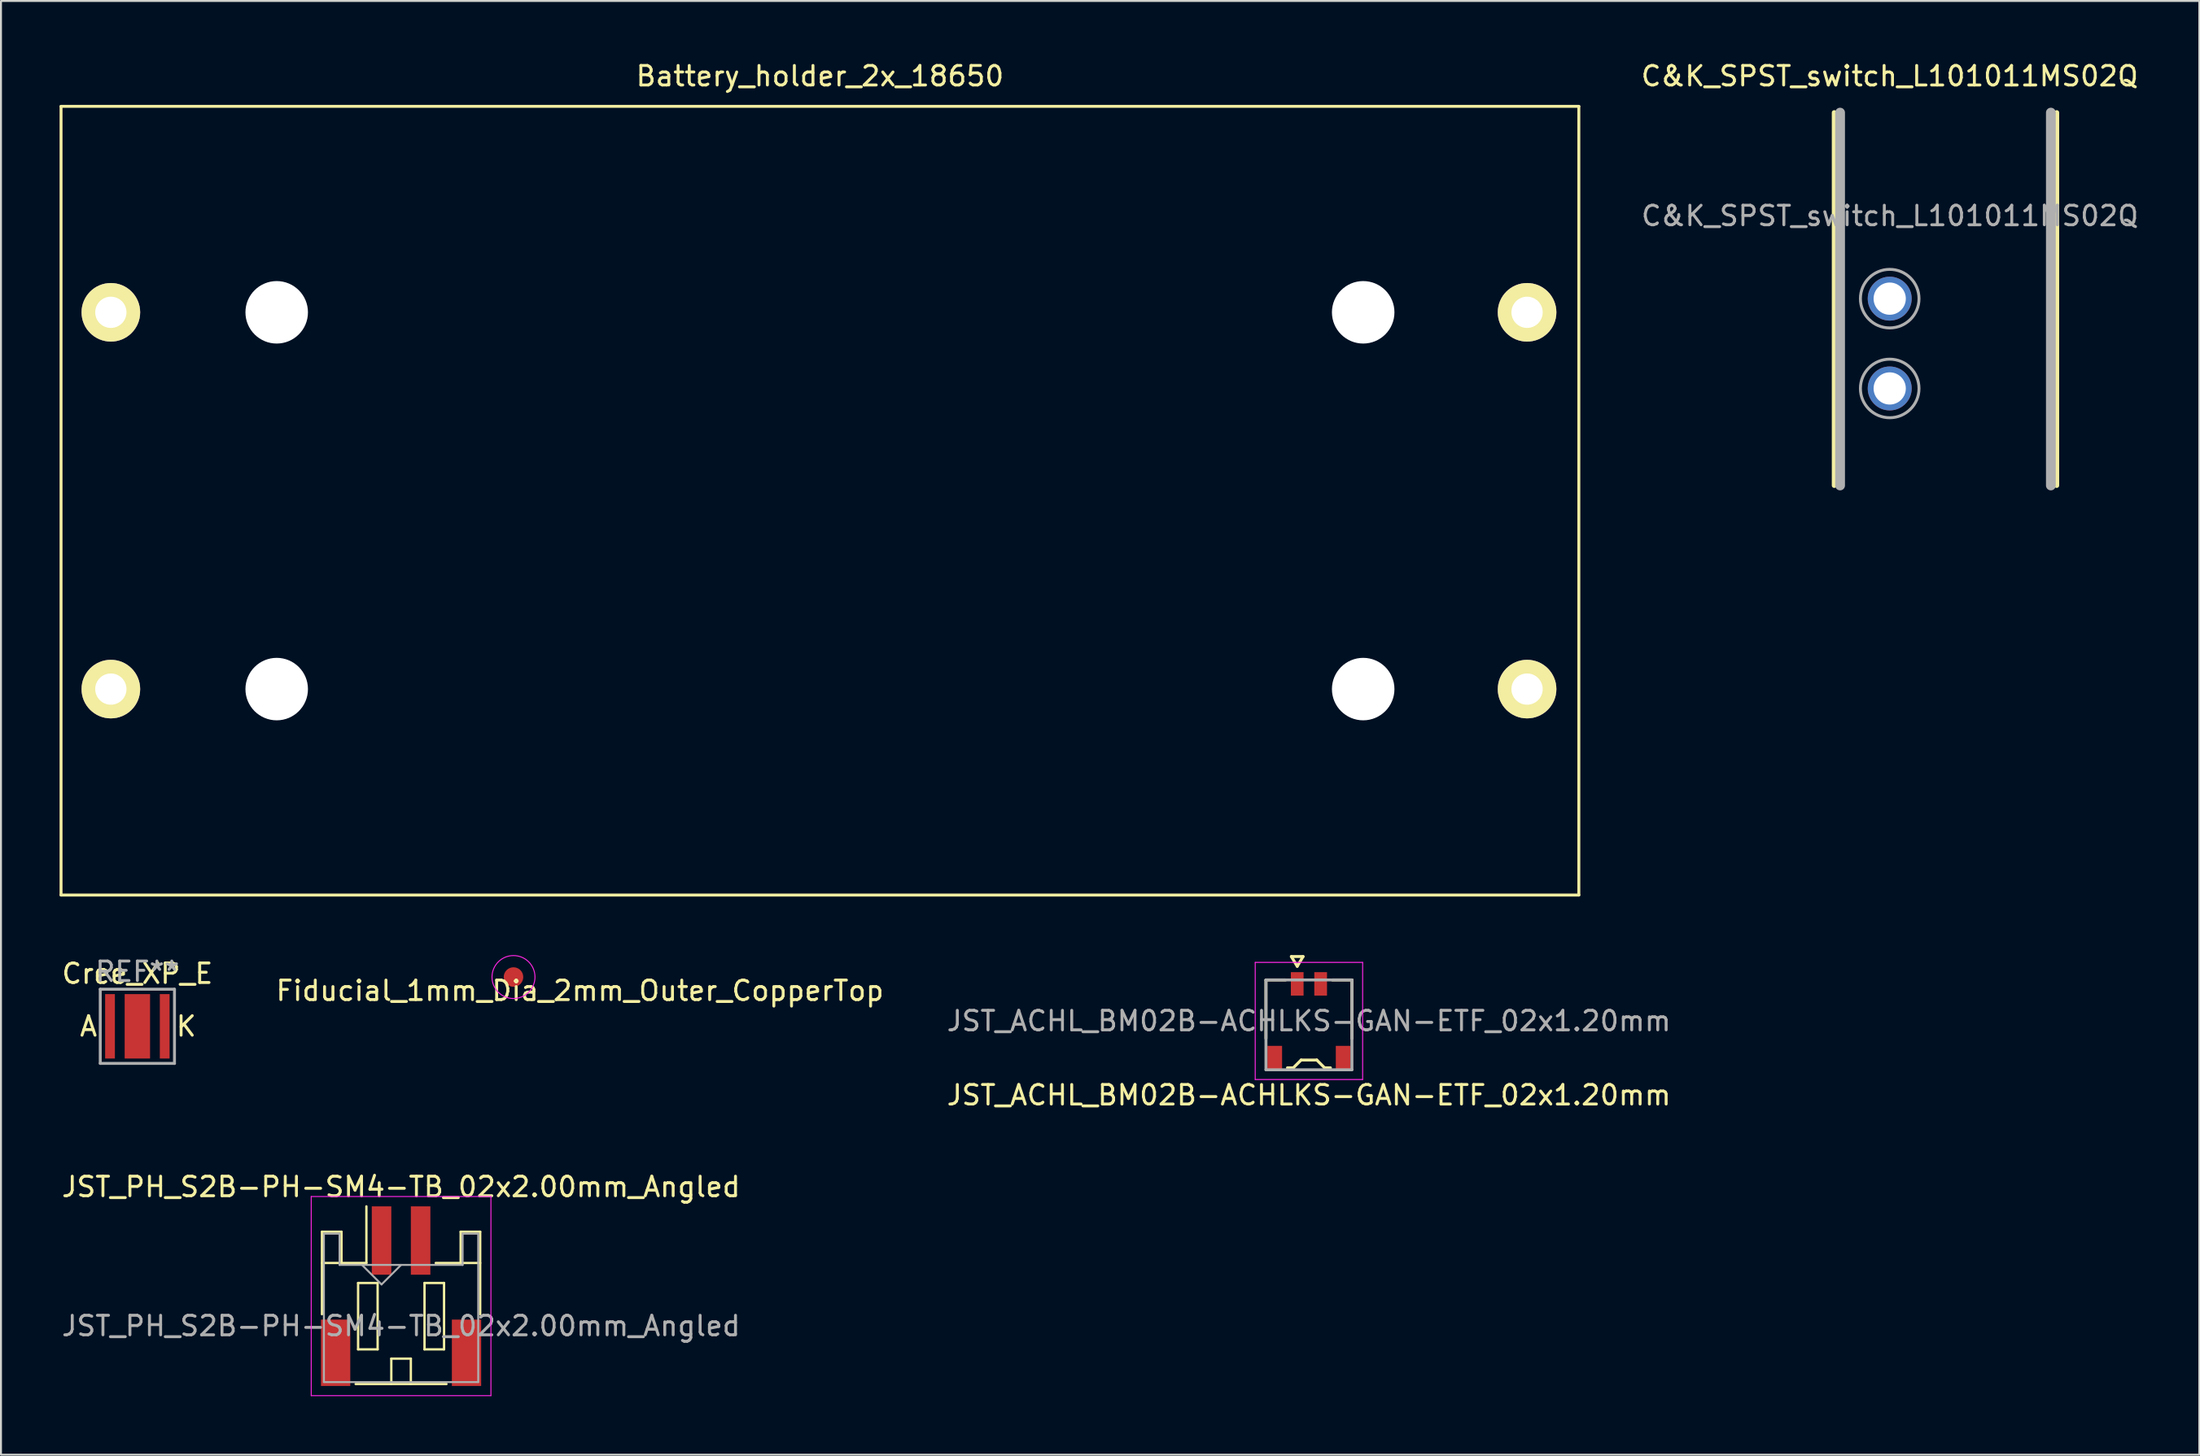
<source format=kicad_pcb>
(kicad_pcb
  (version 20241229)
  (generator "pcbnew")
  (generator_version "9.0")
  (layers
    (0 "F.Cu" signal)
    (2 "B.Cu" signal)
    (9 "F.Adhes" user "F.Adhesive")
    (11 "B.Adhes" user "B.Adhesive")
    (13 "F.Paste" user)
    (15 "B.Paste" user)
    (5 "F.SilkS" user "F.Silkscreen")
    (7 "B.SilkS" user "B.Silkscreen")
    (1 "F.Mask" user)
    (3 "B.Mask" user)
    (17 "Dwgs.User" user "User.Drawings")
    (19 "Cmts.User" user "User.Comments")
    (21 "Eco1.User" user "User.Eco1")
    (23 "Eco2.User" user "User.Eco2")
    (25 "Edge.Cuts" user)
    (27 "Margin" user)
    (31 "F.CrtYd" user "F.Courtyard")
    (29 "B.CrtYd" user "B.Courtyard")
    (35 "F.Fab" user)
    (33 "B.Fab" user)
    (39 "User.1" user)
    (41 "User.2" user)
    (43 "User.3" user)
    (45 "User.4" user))
  (footprint "Battery_holder_2x_18650"
    (layer "F.Cu")
    (at 38.925 22.598)
    (property "Reference" "Battery_holder_2x_18650" (at 0 -21.75 0) (layer "F.SilkS") (effects (font (size 1 1) (thickness 0.15))))
    (attr through_hole)
    (fp_line (start -38.85 -20.2) (end -38.85 20.2) (stroke (width 0.15) (type solid)) (layer "F.SilkS"))
    (fp_line (start 38.85 -20.2) (end -38.85 -20.2) (stroke (width 0.15) (type solid)) (layer "F.SilkS"))
    (fp_line (start 38.85 20.2) (end -38.85 20.2) (stroke (width 0.15) (type solid)) (layer "F.SilkS"))
    (fp_line (start 38.85 20.2) (end 38.85 -20.2) (stroke (width 0.15) (type solid)) (layer "F.SilkS"))
    (pad "" np_thru_hole circle (at -27.81 -9.65) (size 3.2 3.2) (drill 3.2) (layers "*.Cu" "*.Mask"))
    (pad "" np_thru_hole circle (at -27.81 9.65) (size 3.2 3.2) (drill 3.2) (layers "*.Cu" "*.Mask"))
    (pad "" np_thru_hole circle (at 27.81 -9.65) (size 3.2 3.2) (drill 3.2) (layers "*.Cu" "*.Mask"))
    (pad "" np_thru_hole circle (at 27.81 9.65) (size 3.2 3.2) (drill 3.2) (layers "*.Cu" "*.Mask"))
    (pad "1" thru_hole circle (at -36.3 -9.65) (size 3 3) (drill 1.6) (layers "*.Cu" "*.Mask" "F.SilkS"))
    (pad "2" thru_hole circle (at 36.2 -9.65) (size 3 3) (drill 1.6) (layers "*.Cu" "*.Mask" "F.SilkS"))
    (pad "3" thru_hole circle (at -36.3 9.65) (size 3 3) (drill 1.6) (layers "*.Cu" "*.Mask" "F.SilkS"))
    (pad "4" thru_hole circle (at 36.2 9.65) (size 3 3) (drill 1.6) (layers "*.Cu" "*.Mask" "F.SilkS")))
  (footprint "C&K_SPST_switch_L101011MS02Q"
    (layer "F.Cu")
    (at 93.689 16.848)
    (property "Reference" "C&K_SPST_switch_L101011MS02Q" (at 0 -16 180) (layer "F.SilkS") (effects (font (size 1 1) (thickness 0.15))))
    (attr through_hole)
    (fp_line (start -2.84 -14.13) (end -2.84 4.97) (stroke (width 0.25) (type solid)) (layer "F.SilkS"))
    (fp_line (start 8.55 -14.13) (end 8.55 4.97) (stroke (width 0.25) (type solid)) (layer "F.SilkS"))
    (fp_line (start -2.54 -14.13) (end -2.54 4.97) (stroke (width 0.5) (type solid)) (layer "F.Fab"))
    (fp_line (start 8.25 -14.13) (end 8.25 4.97) (stroke (width 0.5) (type solid)) (layer "F.Fab"))
    (fp_circle (center 0 -4.6) (end 1.5 -4.6) (stroke (width 0.15) (type solid)) (fill no) (layer "F.Fab"))
    (fp_circle (center 0 0) (end 1.5 0) (stroke (width 0.15) (type solid)) (fill no) (layer "F.Fab"))
    (fp_text user "${REFERENCE}" (at 0.01 -8.84 0) (layer "F.Fab") (effects (font (size 1 1) (thickness 0.15))))
    (pad "1" thru_hole circle (at 0 0) (size 2.25 2.25) (drill 1.65) (layers "*.Cu" "*.Mask"))
    (pad "2" thru_hole circle (at 0 -4.6) (size 2.25 2.25) (drill 1.65) (layers "*.Cu" "*.Mask")))
  (footprint "JST_PH_S2B-PH-SM4-TB_02x2.00mm_Angled"
    (layer "F.Cu")
    (at 17.482 63.37)
    (property "Reference" "JST_PH_S2B-PH-SM4-TB_02x2.00mm_Angled" (at 0 -5.625 0) (layer "F.SilkS") (effects (font (size 1 1) (thickness 0.15))))
    (attr smd)
    (fp_line (start -4.05 -3.325) (end -4.05 0.9) (stroke (width 0.12) (type solid)) (layer "F.SilkS"))
    (fp_line (start -4.05 -1.725) (end -3.05 -1.725) (stroke (width 0.12) (type solid)) (layer "F.SilkS"))
    (fp_line (start -3.05 -3.325) (end -4.05 -3.325) (stroke (width 0.12) (type solid)) (layer "F.SilkS"))
    (fp_line (start -3.05 -1.725) (end -3.05 -3.325) (stroke (width 0.12) (type solid)) (layer "F.SilkS"))
    (fp_line (start -2.325 4.475) (end 2.325 4.475) (stroke (width 0.12) (type solid)) (layer "F.SilkS"))
    (fp_line (start -2.2 -0.7) (end -2.2 2.7) (stroke (width 0.12) (type solid)) (layer "F.SilkS"))
    (fp_line (start -2.2 2.7) (end -1.2 2.7) (stroke (width 0.12) (type solid)) (layer "F.SilkS"))
    (fp_line (start -1.775 -1.725) (end -3.05 -1.725) (stroke (width 0.12) (type solid)) (layer "F.SilkS"))
    (fp_line (start -1.775 -1.725) (end -1.775 -4.625) (stroke (width 0.12) (type solid)) (layer "F.SilkS"))
    (fp_line (start -1.2 -0.7) (end -2.2 -0.7) (stroke (width 0.12) (type solid)) (layer "F.SilkS"))
    (fp_line (start -1.2 2.7) (end -1.2 -0.7) (stroke (width 0.12) (type solid)) (layer "F.SilkS"))
    (fp_line (start -0.5 3.175) (end 0.5 3.175) (stroke (width 0.12) (type solid)) (layer "F.SilkS"))
    (fp_line (start -0.5 4.475) (end -0.5 3.175) (stroke (width 0.12) (type solid)) (layer "F.SilkS"))
    (fp_line (start 0.5 3.175) (end 0.5 4.475) (stroke (width 0.12) (type solid)) (layer "F.SilkS"))
    (fp_line (start 1.2 -0.7) (end 2.2 -0.7) (stroke (width 0.12) (type solid)) (layer "F.SilkS"))
    (fp_line (start 1.2 2.7) (end 1.2 -0.7) (stroke (width 0.12) (type solid)) (layer "F.SilkS"))
    (fp_line (start 2.2 -0.7) (end 2.2 2.7) (stroke (width 0.12) (type solid)) (layer "F.SilkS"))
    (fp_line (start 2.2 2.7) (end 1.2 2.7) (stroke (width 0.12) (type solid)) (layer "F.SilkS"))
    (fp_line (start 3.05 -3.325) (end 3.05 -1.725) (stroke (width 0.12) (type solid)) (layer "F.SilkS"))
    (fp_line (start 3.05 -1.725) (end 1.775 -1.725) (stroke (width 0.12) (type solid)) (layer "F.SilkS"))
    (fp_line (start 4.05 -3.325) (end 3.05 -3.325) (stroke (width 0.12) (type solid)) (layer "F.SilkS"))
    (fp_line (start 4.05 -1.725) (end 3.05 -1.725) (stroke (width 0.12) (type solid)) (layer "F.SilkS"))
    (fp_line (start 4.05 0.9) (end 4.05 -3.325) (stroke (width 0.12) (type solid)) (layer "F.SilkS"))
    (fp_line (start -4.6 -5.13) (end -4.6 5.07) (stroke (width 0.05) (type solid)) (layer "F.CrtYd"))
    (fp_line (start -4.6 5.07) (end 4.6 5.07) (stroke (width 0.05) (type solid)) (layer "F.CrtYd"))
    (fp_line (start 4.6 -5.13) (end -4.6 -5.13) (stroke (width 0.05) (type solid)) (layer "F.CrtYd"))
    (fp_line (start 4.6 5.07) (end 4.6 -5.13) (stroke (width 0.05) (type solid)) (layer "F.CrtYd"))
    (fp_line (start -3.95 -3.225) (end -3.95 4.375) (stroke (width 0.1) (type solid)) (layer "F.Fab"))
    (fp_line (start -3.95 4.375) (end 3.95 4.375) (stroke (width 0.1) (type solid)) (layer "F.Fab"))
    (fp_line (start -3.15 -3.225) (end -3.95 -3.225) (stroke (width 0.1) (type solid)) (layer "F.Fab"))
    (fp_line (start -3.15 -1.625) (end -3.15 -3.225) (stroke (width 0.1) (type solid)) (layer "F.Fab"))
    (fp_line (start -2 -1.625) (end -1 -0.625) (stroke (width 0.1) (type solid)) (layer "F.Fab"))
    (fp_line (start -1 -0.625) (end 0 -1.625) (stroke (width 0.1) (type solid)) (layer "F.Fab"))
    (fp_line (start 3.15 -3.225) (end 3.15 -1.625) (stroke (width 0.1) (type solid)) (layer "F.Fab"))
    (fp_line (start 3.15 -1.625) (end -3.15 -1.625) (stroke (width 0.1) (type solid)) (layer "F.Fab"))
    (fp_line (start 3.95 -3.225) (end 3.15 -3.225) (stroke (width 0.1) (type solid)) (layer "F.Fab"))
    (fp_line (start 3.95 4.375) (end 3.95 -3.225) (stroke (width 0.1) (type solid)) (layer "F.Fab"))
    (fp_text user "${REFERENCE}" (at 0 1.5 0) (layer "F.Fab") (effects (font (size 1 1) (thickness 0.15))))
    (pad "" smd rect (at -3.35 2.875) (size 1.5 3.4) (layers "F.Cu" "F.Mask" "F.Paste"))
    (pad "" smd rect (at 3.35 2.875) (size 1.5 3.4) (layers "F.Cu" "F.Mask" "F.Paste"))
    (pad "1" smd rect (at -1 -2.875) (size 1 3.5) (layers "F.Cu" "F.Mask" "F.Paste"))
    (pad "2" smd rect (at 1 -2.875) (size 1 3.5) (layers "F.Cu" "F.Mask" "F.Paste")))
  (footprint "JST_ACHL_BM02B-ACHLKS-GAN-ETF_02x1.20mm"
    (layer "F.Cu")
    (at 63.958 49.248)
    (property "Reference" "JST_ACHL_BM02B-ACHLKS-GAN-ETF_02x1.20mm" (at 0 3.8 0) (layer "F.SilkS") (effects (font (size 1 1) (thickness 0.15))))
    (attr smd)
    (fp_line (start -2.2 -2.1) (end -1.2 -2.1) (stroke (width 0.15) (type solid)) (layer "F.SilkS"))
    (fp_line (start -2.2 0.9) (end -2.2 -2.101) (stroke (width 0.15) (type solid)) (layer "F.SilkS"))
    (fp_line (start -0.9 -3.3) (end -0.6 -2.8) (stroke (width 0.15) (type solid)) (layer "F.SilkS"))
    (fp_line (start -0.8 2.4) (end -1.1 2.4) (stroke (width 0.15) (type solid)) (layer "F.SilkS"))
    (fp_line (start -0.6 -2.8) (end -0.3 -3.3) (stroke (width 0.15) (type solid)) (layer "F.SilkS"))
    (fp_line (start -0.4 2) (end -0.8 2.4) (stroke (width 0.15) (type solid)) (layer "F.SilkS"))
    (fp_line (start -0.3 -3.3) (end -0.9 -3.3) (stroke (width 0.15) (type solid)) (layer "F.SilkS"))
    (fp_line (start 0.4 2) (end -0.4 2) (stroke (width 0.15) (type solid)) (layer "F.SilkS"))
    (fp_line (start 0.8 2.4) (end 0.4 2) (stroke (width 0.15) (type solid)) (layer "F.SilkS"))
    (fp_line (start 1.1 2.4) (end 0.8 2.4) (stroke (width 0.15) (type solid)) (layer "F.SilkS"))
    (fp_line (start 1.2 -2.1) (end 2.2 -2.1) (stroke (width 0.15) (type solid)) (layer "F.SilkS"))
    (fp_line (start 2.2 0.9) (end 2.2 -2.101) (stroke (width 0.15) (type solid)) (layer "F.SilkS"))
    (fp_line (start -2.75 -3) (end 2.75 -3) (stroke (width 0.05) (type solid)) (layer "F.CrtYd"))
    (fp_line (start -2.75 3) (end -2.75 -3) (stroke (width 0.05) (type solid)) (layer "F.CrtYd"))
    (fp_line (start 2.75 -3) (end 2.75 3) (stroke (width 0.05) (type solid)) (layer "F.CrtYd"))
    (fp_line (start 2.75 3) (end -2.75 3) (stroke (width 0.05) (type solid)) (layer "F.CrtYd"))
    (fp_line (start -2.2 -2.1) (end -2.2 2.5) (stroke (width 0.15) (type solid)) (layer "F.Fab"))
    (fp_line (start -2.2 2.5) (end 2.2 2.5) (stroke (width 0.15) (type solid)) (layer "F.Fab"))
    (fp_line (start 2.2 -2.1) (end -2.2 -2.1) (stroke (width 0.15) (type solid)) (layer "F.Fab"))
    (fp_line (start 2.2 2.5) (end 2.2 -2.1) (stroke (width 0.15) (type solid)) (layer "F.Fab"))
    (fp_text user "${REFERENCE}" (at 0 0 0) (layer "F.Fab") (effects (font (size 1 1) (thickness 0.15))))
    (pad "" smd rect (at -1.75 1.9) (size 0.75 1.25) (layers "F.Cu" "F.Mask" "F.Paste"))
    (pad "" smd rect (at 1.75 1.9) (size 0.75 1.25) (layers "F.Cu" "F.Mask" "F.Paste"))
    (pad "1" smd rect (at -0.6 -1.9) (size 0.65 1.2) (layers "F.Cu" "F.Mask" "F.Paste"))
    (pad "2" smd rect (at 0.6 -1.9) (size 0.65 1.2) (layers "F.Cu" "F.Mask" "F.Paste")))
  (footprint "Fiducial_1mm_Dia_2mm_Outer_CopperTop"
    (layer "F.Cu")
    (at 23.237 46.998)
    (property "Reference" "Fiducial_1mm_Dia_2mm_Outer_CopperTop" (at 3.4 0.7 0) (layer "F.SilkS") (effects (font (size 1 1) (thickness 0.15))))
    (attr smd)
    (fp_circle (center 0 0) (end 1.1 0) (stroke (width 0.05) (type solid)) (fill no) (layer "F.CrtYd"))
    (pad "~" smd circle (at 0 0) (size 1 1) (layers "F.Cu" "F.Mask")))
  (footprint "Cree_XP_E"
    (layer "F.Cu")
    (at 3.982 49.522)
    (property "Reference" "Cree_XP_E" (at 0 -2.7 0) (layer "F.SilkS") (effects (font (size 1 1) (thickness 0.15))))
    (attr through_hole)
    (fp_line (start -1.9 -1.9) (end 1.9 -1.9) (stroke (width 0.15) (type solid)) (layer "F.Fab"))
    (fp_line (start -1.9 1.9) (end -1.9 -1.9) (stroke (width 0.15) (type solid)) (layer "F.Fab"))
    (fp_line (start 1.9 -1.9) (end 1.9 1.9) (stroke (width 0.15) (type solid)) (layer "F.Fab"))
    (fp_line (start 1.9 1.9) (end -1.9 1.9) (stroke (width 0.15) (type solid)) (layer "F.Fab"))
    (fp_text user "K" (at 2.5 0 0) (layer "F.SilkS") (effects (font (size 1 1) (thickness 0.15))))
    (fp_text user "A" (at -2.5 0 0) (layer "F.SilkS") (effects (font (size 1 1) (thickness 0.15))))
    (fp_text user "REF**" (at 0 -2.8 0) (layer "F.Fab") (effects (font (size 1 1) (thickness 0.15))))
    (pad "1" smd rect (at -1.4 0) (size 0.5 3.3) (layers "F.Cu" "F.Mask" "F.Paste"))
    (pad "2" smd rect (at 1.4 0) (size 0.5 3.3) (layers "F.Cu" "F.Mask" "F.Paste"))
    (pad "GND" smd rect (at 0 0) (size 1.3 3.3) (layers "F.Cu" "F.Mask" "F.Paste")))
  (gr_rect
    (start -3 -3)
    (end 109.539 71.465)
    (stroke (width 0.1) (type default))
    (fill no)
    (layer "Edge.Cuts")))
</source>
